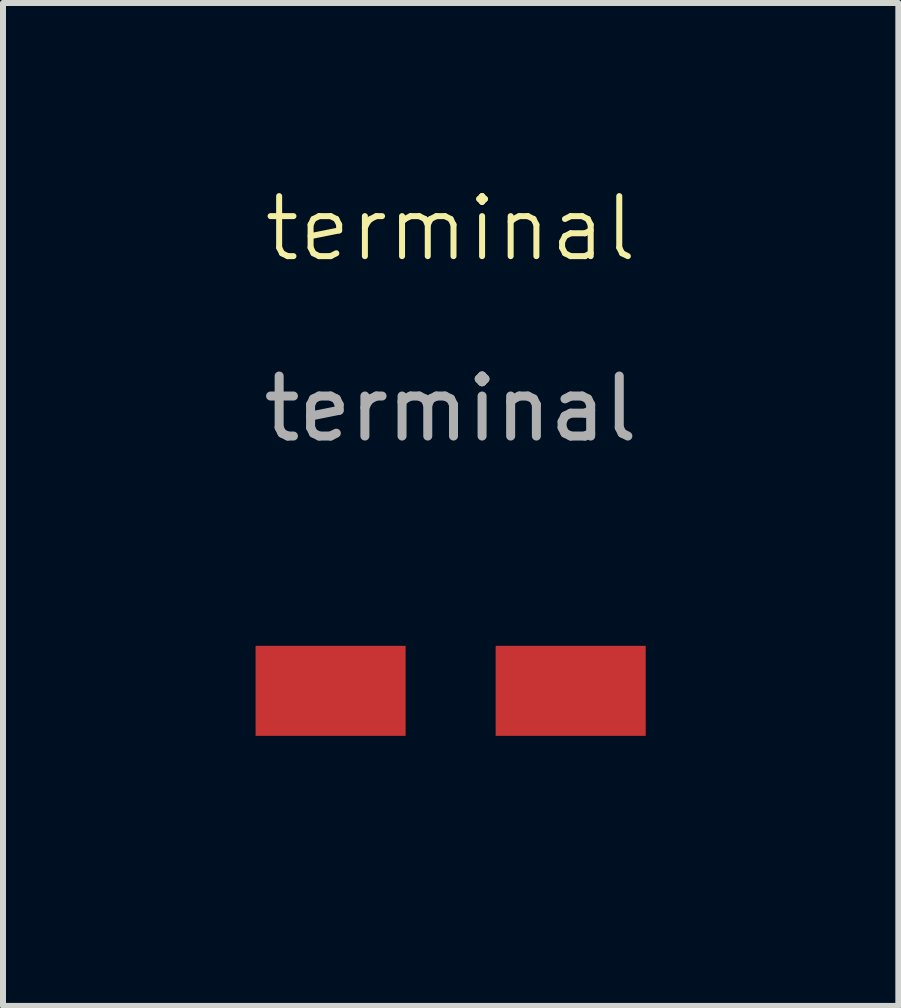
<source format=kicad_pcb>
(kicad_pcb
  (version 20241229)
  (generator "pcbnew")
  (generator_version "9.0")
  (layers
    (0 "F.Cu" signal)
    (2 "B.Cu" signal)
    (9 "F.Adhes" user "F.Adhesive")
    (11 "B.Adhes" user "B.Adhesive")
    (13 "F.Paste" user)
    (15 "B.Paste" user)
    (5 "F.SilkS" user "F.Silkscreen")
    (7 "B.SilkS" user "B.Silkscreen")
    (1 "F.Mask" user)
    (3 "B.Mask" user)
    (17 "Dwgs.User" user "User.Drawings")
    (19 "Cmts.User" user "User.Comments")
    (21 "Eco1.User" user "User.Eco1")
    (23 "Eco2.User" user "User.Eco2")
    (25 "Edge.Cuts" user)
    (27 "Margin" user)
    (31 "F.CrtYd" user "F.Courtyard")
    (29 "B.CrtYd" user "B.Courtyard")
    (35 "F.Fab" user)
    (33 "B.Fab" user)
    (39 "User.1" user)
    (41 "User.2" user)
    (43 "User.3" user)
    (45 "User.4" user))
  (footprint "terminal"
    (layer "F.Cu")
    (at 4.458 10.46)
    (property "Reference" "terminal" (at 0 -9.7 0) (unlocked yes) (layer "F.SilkS") (effects (font (size 1 1) (thickness 0.1))))
    (fp_text user "${REFERENCE}" (at 0 -6.7 0) (unlocked yes) (layer "F.Fab") (effects (font (size 1 1) (thickness 0.15))))
    (dimension (type aligned) (layer "User.1") (pts (xy 3.708 8.46) (xy 5.208 8.46)) (height -1.8) (format (prefix "") (suffix "") (units 3) (units_format 1) (precision 4)) (style (thickness 0.1) (arrow_length 1.27) (text_position_mode 0) (arrow_direction outward) (extension_height 0.586) (extension_offset 0.5) (keep_text_aligned yes)) (gr_text "1.5000 mm" (at 4.458 5.511 0) (layer "User.1") (effects (font (size 1 1) (thickness 0.15)))))
    (pad "1" smd rect (at -2 -2) (size 2.5 1.5) (layers "F.Cu" "F.Mask" "F.Paste"))
    (pad "2" smd rect (at 2 -2) (size 2.5 1.5) (layers "F.Cu" "F.Mask" "F.Paste")))
  (gr_rect
    (start -3 -3)
    (end 11.917 13.71)
    (stroke (width 0.1) (type default))
    (fill no)
    (layer "Edge.Cuts")))
</source>
